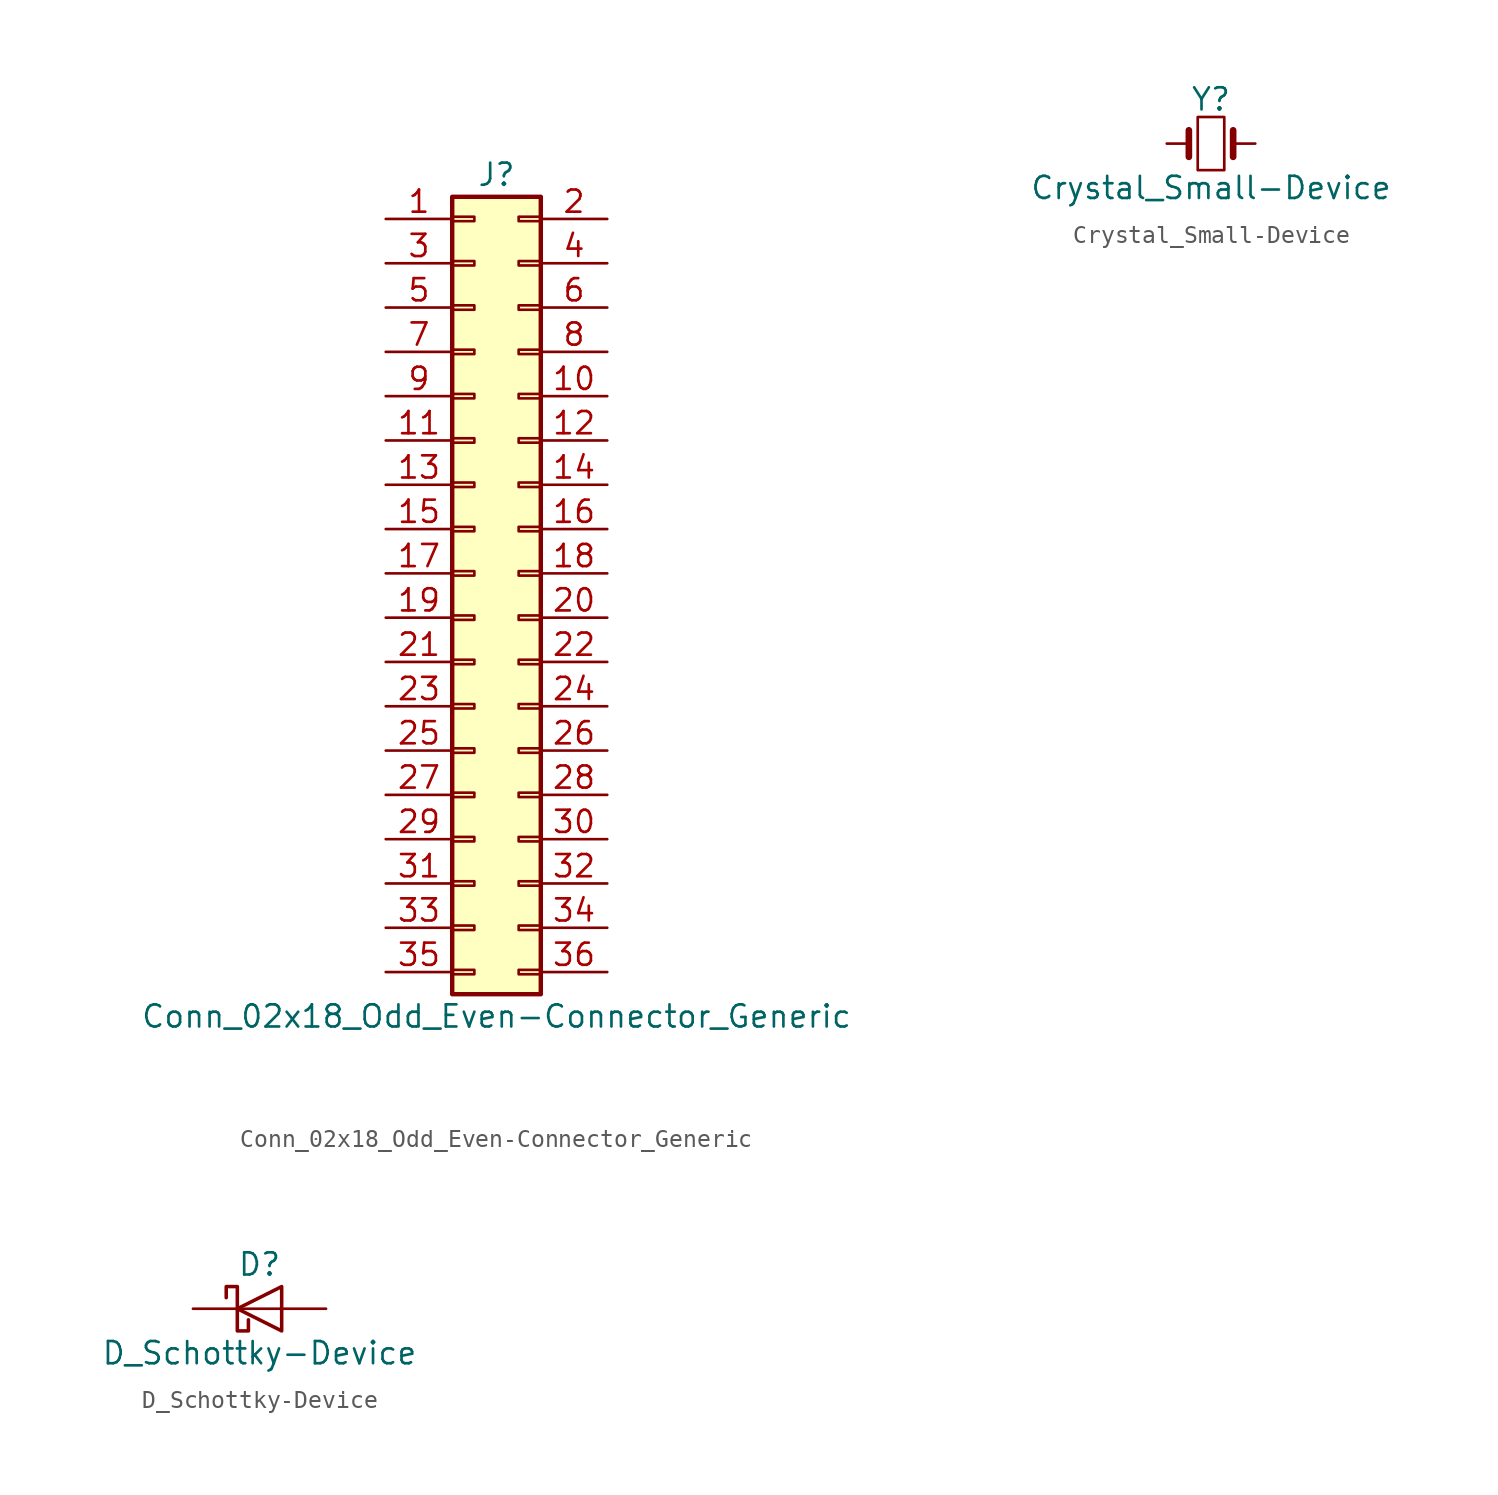
<source format=kicad_sym>
(kicad_symbol_lib
  (version 20210619)
  (generator kicad_symbol_editor)
  (symbol "ads131:Conn_02x18_Odd_Even-Connector_Generic"
    (pin_names
      (offset 1.016) hide)
    (property "Reference" "J"
      (at 1.27 22.86 0)
      (effects (font (size 1.27 1.27))))
    (property "Value" "Conn_02x18_Odd_Even-Connector_Generic"
      (at 1.27 -25.4 0)
      (effects (font (size 1.27 1.27))))
    (symbol "Conn_02x18_Odd_Even-Connector_Generic_1_1"
      (rectangle (start -1.27 -22.733) (end 0 -22.987) (stroke (width 0.152)) (fill (type none)))
      (rectangle (start -1.27 -20.193) (end 0 -20.447) (stroke (width 0.152)) (fill (type none)))
      (rectangle (start -1.27 -17.653) (end 0 -17.907) (stroke (width 0.152)) (fill (type none)))
      (rectangle (start -1.27 -15.113) (end 0 -15.367) (stroke (width 0.152)) (fill (type none)))
      (rectangle (start -1.27 -12.573) (end 0 -12.827) (stroke (width 0.152)) (fill (type none)))
      (rectangle (start -1.27 -10.033) (end 0 -10.287) (stroke (width 0.152)) (fill (type none)))
      (rectangle (start -1.27 -7.493) (end 0 -7.747) (stroke (width 0.152)) (fill (type none)))
      (rectangle (start -1.27 -4.953) (end 0 -5.207) (stroke (width 0.152)) (fill (type none)))
      (rectangle (start -1.27 -2.413) (end 0 -2.667) (stroke (width 0.152)) (fill (type none)))
      (rectangle (start -1.27 0.127) (end 0 -0.127) (stroke (width 0.152)) (fill (type none)))
      (rectangle (start -1.27 2.667) (end 0 2.413) (stroke (width 0.152)) (fill (type none)))
      (rectangle (start -1.27 5.207) (end 0 4.953) (stroke (width 0.152)) (fill (type none)))
      (rectangle (start -1.27 7.747) (end 0 7.493) (stroke (width 0.152)) (fill (type none)))
      (rectangle (start -1.27 10.287) (end 0 10.033) (stroke (width 0.152)) (fill (type none)))
      (rectangle (start -1.27 12.827) (end 0 12.573) (stroke (width 0.152)) (fill (type none)))
      (rectangle (start -1.27 15.367) (end 0 15.113) (stroke (width 0.152)) (fill (type none)))
      (rectangle (start -1.27 17.907) (end 0 17.653) (stroke (width 0.152)) (fill (type none)))
      (rectangle (start -1.27 20.447) (end 0 20.193) (stroke (width 0.152)) (fill (type none)))
      (rectangle (start 3.81 -22.733) (end 2.54 -22.987) (stroke (width 0.152)) (fill (type none)))
      (rectangle (start 3.81 -20.193) (end 2.54 -20.447) (stroke (width 0.152)) (fill (type none)))
      (rectangle (start 3.81 -17.653) (end 2.54 -17.907) (stroke (width 0.152)) (fill (type none)))
      (rectangle (start 3.81 -15.113) (end 2.54 -15.367) (stroke (width 0.152)) (fill (type none)))
      (rectangle (start 3.81 -12.573) (end 2.54 -12.827) (stroke (width 0.152)) (fill (type none)))
      (rectangle (start 3.81 -10.033) (end 2.54 -10.287) (stroke (width 0.152)) (fill (type none)))
      (rectangle (start 3.81 -7.493) (end 2.54 -7.747) (stroke (width 0.152)) (fill (type none)))
      (rectangle (start 3.81 -4.953) (end 2.54 -5.207) (stroke (width 0.152)) (fill (type none)))
      (rectangle (start 3.81 -2.413) (end 2.54 -2.667) (stroke (width 0.152)) (fill (type none)))
      (rectangle (start 3.81 0.127) (end 2.54 -0.127) (stroke (width 0.152)) (fill (type none)))
      (rectangle (start 3.81 2.667) (end 2.54 2.413) (stroke (width 0.152)) (fill (type none)))
      (rectangle (start 3.81 5.207) (end 2.54 4.953) (stroke (width 0.152)) (fill (type none)))
      (rectangle (start 3.81 7.747) (end 2.54 7.493) (stroke (width 0.152)) (fill (type none)))
      (rectangle (start 3.81 10.287) (end 2.54 10.033) (stroke (width 0.152)) (fill (type none)))
      (rectangle (start 3.81 12.827) (end 2.54 12.573) (stroke (width 0.152)) (fill (type none)))
      (rectangle (start 3.81 15.367) (end 2.54 15.113) (stroke (width 0.152)) (fill (type none)))
      (rectangle (start 3.81 17.907) (end 2.54 17.653) (stroke (width 0.152)) (fill (type none)))
      (rectangle (start 3.81 20.447) (end 2.54 20.193) (stroke (width 0.152)) (fill (type none)))
      (rectangle (start -1.27 21.59) (end 3.81 -24.13) (stroke (width 0.254)) (fill (type background)))
      (pin passive line (at -5.08 20.32 0) (length 3.81) (name "Pin_1" (effects (font (size 1.27 1.27)))) (number "1" (effects (font (size 1.27 1.27)))))
      (pin passive line (at 7.62 10.16 180) (length 3.81) (name "Pin_10" (effects (font (size 1.27 1.27)))) (number "10" (effects (font (size 1.27 1.27)))))
      (pin passive line (at -5.08 7.62 0) (length 3.81) (name "Pin_11" (effects (font (size 1.27 1.27)))) (number "11" (effects (font (size 1.27 1.27)))))
      (pin passive line (at 7.62 7.62 180) (length 3.81) (name "Pin_12" (effects (font (size 1.27 1.27)))) (number "12" (effects (font (size 1.27 1.27)))))
      (pin passive line (at -5.08 5.08 0) (length 3.81) (name "Pin_13" (effects (font (size 1.27 1.27)))) (number "13" (effects (font (size 1.27 1.27)))))
      (pin passive line (at 7.62 5.08 180) (length 3.81) (name "Pin_14" (effects (font (size 1.27 1.27)))) (number "14" (effects (font (size 1.27 1.27)))))
      (pin passive line (at -5.08 2.54 0) (length 3.81) (name "Pin_15" (effects (font (size 1.27 1.27)))) (number "15" (effects (font (size 1.27 1.27)))))
      (pin passive line (at 7.62 2.54 180) (length 3.81) (name "Pin_16" (effects (font (size 1.27 1.27)))) (number "16" (effects (font (size 1.27 1.27)))))
      (pin passive line (at -5.08 0 0) (length 3.81) (name "Pin_17" (effects (font (size 1.27 1.27)))) (number "17" (effects (font (size 1.27 1.27)))))
      (pin passive line (at 7.62 0 180) (length 3.81) (name "Pin_18" (effects (font (size 1.27 1.27)))) (number "18" (effects (font (size 1.27 1.27)))))
      (pin passive line (at -5.08 -2.54 0) (length 3.81) (name "Pin_19" (effects (font (size 1.27 1.27)))) (number "19" (effects (font (size 1.27 1.27)))))
      (pin passive line (at 7.62 20.32 180) (length 3.81) (name "Pin_2" (effects (font (size 1.27 1.27)))) (number "2" (effects (font (size 1.27 1.27)))))
      (pin passive line (at 7.62 -2.54 180) (length 3.81) (name "Pin_20" (effects (font (size 1.27 1.27)))) (number "20" (effects (font (size 1.27 1.27)))))
      (pin passive line (at -5.08 -5.08 0) (length 3.81) (name "Pin_21" (effects (font (size 1.27 1.27)))) (number "21" (effects (font (size 1.27 1.27)))))
      (pin passive line (at 7.62 -5.08 180) (length 3.81) (name "Pin_22" (effects (font (size 1.27 1.27)))) (number "22" (effects (font (size 1.27 1.27)))))
      (pin passive line (at -5.08 -7.62 0) (length 3.81) (name "Pin_23" (effects (font (size 1.27 1.27)))) (number "23" (effects (font (size 1.27 1.27)))))
      (pin passive line (at 7.62 -7.62 180) (length 3.81) (name "Pin_24" (effects (font (size 1.27 1.27)))) (number "24" (effects (font (size 1.27 1.27)))))
      (pin passive line (at -5.08 -10.16 0) (length 3.81) (name "Pin_25" (effects (font (size 1.27 1.27)))) (number "25" (effects (font (size 1.27 1.27)))))
      (pin passive line (at 7.62 -10.16 180) (length 3.81) (name "Pin_26" (effects (font (size 1.27 1.27)))) (number "26" (effects (font (size 1.27 1.27)))))
      (pin passive line (at -5.08 -12.7 0) (length 3.81) (name "Pin_27" (effects (font (size 1.27 1.27)))) (number "27" (effects (font (size 1.27 1.27)))))
      (pin passive line (at 7.62 -12.7 180) (length 3.81) (name "Pin_28" (effects (font (size 1.27 1.27)))) (number "28" (effects (font (size 1.27 1.27)))))
      (pin passive line (at -5.08 -15.24 0) (length 3.81) (name "Pin_29" (effects (font (size 1.27 1.27)))) (number "29" (effects (font (size 1.27 1.27)))))
      (pin passive line (at -5.08 17.78 0) (length 3.81) (name "Pin_3" (effects (font (size 1.27 1.27)))) (number "3" (effects (font (size 1.27 1.27)))))
      (pin passive line (at 7.62 -15.24 180) (length 3.81) (name "Pin_30" (effects (font (size 1.27 1.27)))) (number "30" (effects (font (size 1.27 1.27)))))
      (pin passive line (at -5.08 -17.78 0) (length 3.81) (name "Pin_31" (effects (font (size 1.27 1.27)))) (number "31" (effects (font (size 1.27 1.27)))))
      (pin passive line (at 7.62 -17.78 180) (length 3.81) (name "Pin_32" (effects (font (size 1.27 1.27)))) (number "32" (effects (font (size 1.27 1.27)))))
      (pin passive line (at -5.08 -20.32 0) (length 3.81) (name "Pin_33" (effects (font (size 1.27 1.27)))) (number "33" (effects (font (size 1.27 1.27)))))
      (pin passive line (at 7.62 -20.32 180) (length 3.81) (name "Pin_34" (effects (font (size 1.27 1.27)))) (number "34" (effects (font (size 1.27 1.27)))))
      (pin passive line (at -5.08 -22.86 0) (length 3.81) (name "Pin_35" (effects (font (size 1.27 1.27)))) (number "35" (effects (font (size 1.27 1.27)))))
      (pin passive line (at 7.62 -22.86 180) (length 3.81) (name "Pin_36" (effects (font (size 1.27 1.27)))) (number "36" (effects (font (size 1.27 1.27)))))
      (pin passive line (at 7.62 17.78 180) (length 3.81) (name "Pin_4" (effects (font (size 1.27 1.27)))) (number "4" (effects (font (size 1.27 1.27)))))
      (pin passive line (at -5.08 15.24 0) (length 3.81) (name "Pin_5" (effects (font (size 1.27 1.27)))) (number "5" (effects (font (size 1.27 1.27)))))
      (pin passive line (at 7.62 15.24 180) (length 3.81) (name "Pin_6" (effects (font (size 1.27 1.27)))) (number "6" (effects (font (size 1.27 1.27)))))
      (pin passive line (at -5.08 12.7 0) (length 3.81) (name "Pin_7" (effects (font (size 1.27 1.27)))) (number "7" (effects (font (size 1.27 1.27)))))
      (pin passive line (at 7.62 12.7 180) (length 3.81) (name "Pin_8" (effects (font (size 1.27 1.27)))) (number "8" (effects (font (size 1.27 1.27)))))
      (pin passive line (at -5.08 10.16 0) (length 3.81) (name "Pin_9" (effects (font (size 1.27 1.27)))) (number "9" (effects (font (size 1.27 1.27)))))))
  (symbol "ads131:Crystal_Small-Device"
    (pin_numbers hide)
    (pin_names
      (offset 1.016) hide)
    (property "Reference" "Y"
      (at 0 2.54 0)
      (effects (font (size 1.27 1.27))))
    (property "Value" "Crystal_Small-Device"
      (at 0 -2.54 0)
      (effects (font (size 1.27 1.27))))
    (symbol "Crystal_Small-Device_0_1"
      (rectangle (start -0.762 -1.524) (end 0.762 1.524) (stroke (width 0)) (fill (type none)))
      (polyline (pts (xy -1.27 -0.762) (xy -1.27 0.762)) (stroke (width 0.381)) (fill (type none)))
      (polyline (pts (xy 1.27 -0.762) (xy 1.27 0.762)) (stroke (width 0.381)) (fill (type none))))
    (symbol "Crystal_Small-Device_1_1"
      (pin passive line (at -2.54 0 0) (length 1.27) (name "1" (effects (font (size 1.27 1.27)))) (number "1" (effects (font (size 1.27 1.27)))))
      (pin passive line (at 2.54 0 180) (length 1.27) (name "2" (effects (font (size 1.27 1.27)))) (number "2" (effects (font (size 1.27 1.27)))))))
  (symbol "ads131:D_Schottky-Device"
    (pin_numbers hide)
    (pin_names
      (offset 1.016) hide)
    (property "Reference" "D"
      (at 0 2.54 0)
      (effects (font (size 1.27 1.27))))
    (property "Value" "D_Schottky-Device"
      (at 0 -2.54 0)
      (effects (font (size 1.27 1.27))))
    (symbol "D_Schottky-Device_0_1"
      (polyline (pts (xy 1.27 0) (xy -1.27 0)) (stroke (width 0)) (fill (type none)))
      (polyline (pts (xy 1.27 1.27) (xy 1.27 -1.27) (xy -1.27 0) (xy 1.27 1.27)) (stroke (width 0.203)) (fill (type none)))
      (polyline (pts (xy -1.905 0.635) (xy -1.905 1.27) (xy -1.27 1.27) (xy -1.27 -1.27) (xy -0.635 -1.27) (xy -0.635 -0.635)) (stroke (width 0.203)) (fill (type none))))
    (symbol "D_Schottky-Device_1_1"
      (pin passive line (at -3.81 0 0) (length 2.54) (name "K" (effects (font (size 1.27 1.27)))) (number "1" (effects (font (size 1.27 1.27)))))
      (pin passive line (at 3.81 0 180) (length 2.54) (name "A" (effects (font (size 1.27 1.27)))) (number "2" (effects (font (size 1.27 1.27))))))))
</source>
